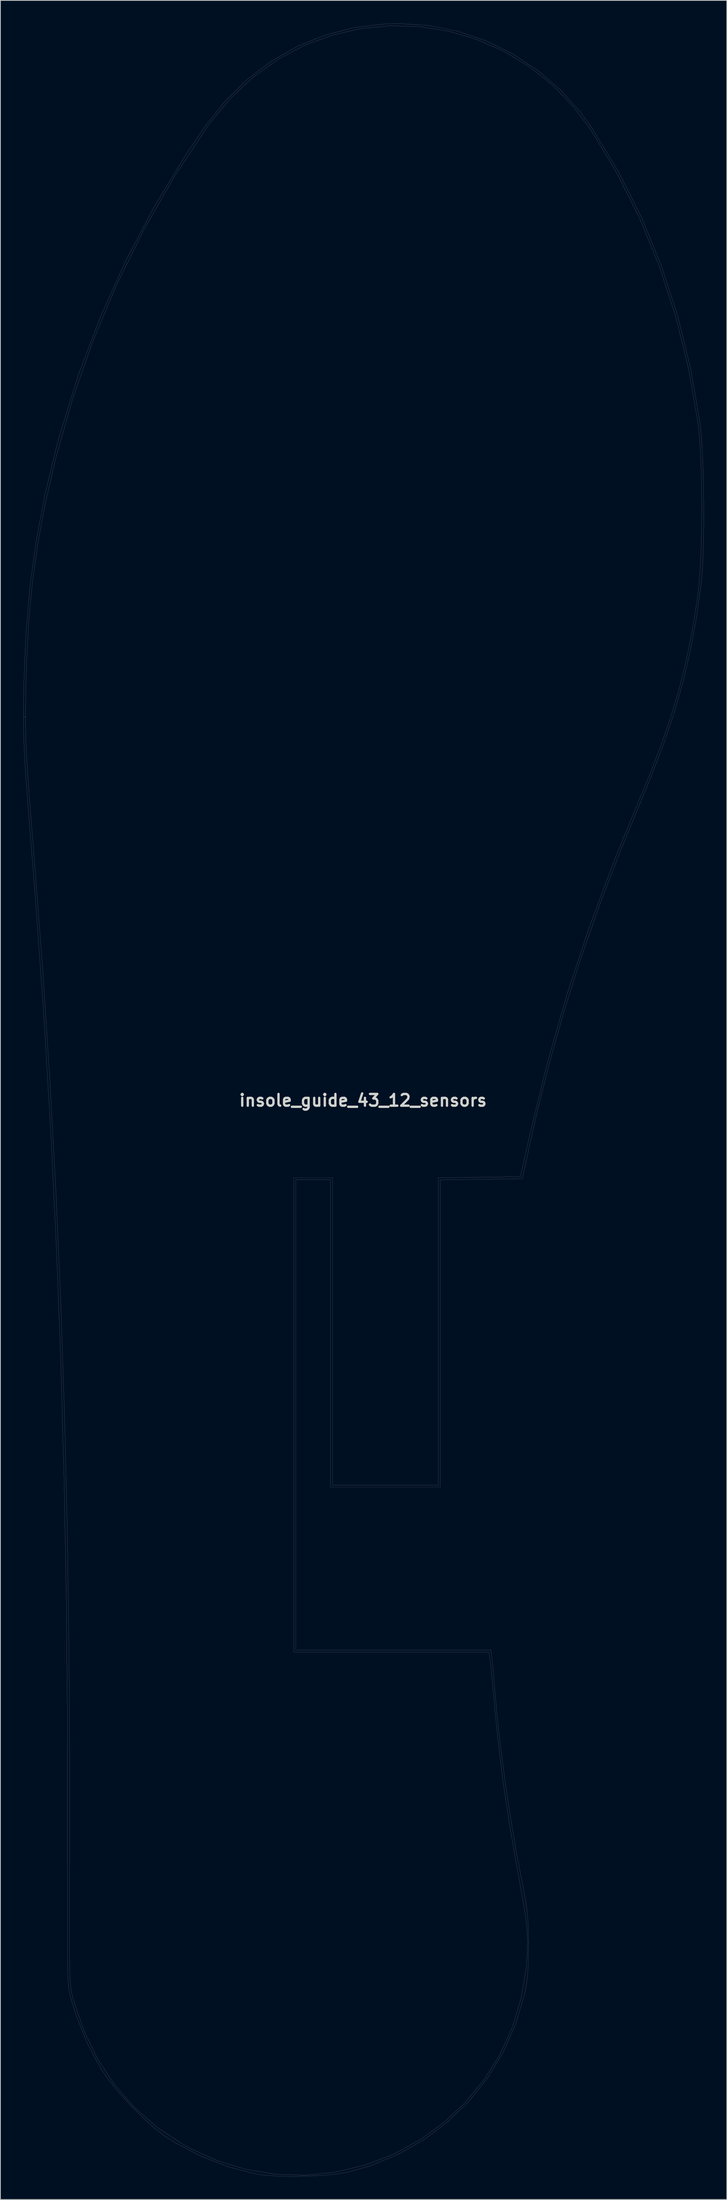
<source format=kicad_pcb>
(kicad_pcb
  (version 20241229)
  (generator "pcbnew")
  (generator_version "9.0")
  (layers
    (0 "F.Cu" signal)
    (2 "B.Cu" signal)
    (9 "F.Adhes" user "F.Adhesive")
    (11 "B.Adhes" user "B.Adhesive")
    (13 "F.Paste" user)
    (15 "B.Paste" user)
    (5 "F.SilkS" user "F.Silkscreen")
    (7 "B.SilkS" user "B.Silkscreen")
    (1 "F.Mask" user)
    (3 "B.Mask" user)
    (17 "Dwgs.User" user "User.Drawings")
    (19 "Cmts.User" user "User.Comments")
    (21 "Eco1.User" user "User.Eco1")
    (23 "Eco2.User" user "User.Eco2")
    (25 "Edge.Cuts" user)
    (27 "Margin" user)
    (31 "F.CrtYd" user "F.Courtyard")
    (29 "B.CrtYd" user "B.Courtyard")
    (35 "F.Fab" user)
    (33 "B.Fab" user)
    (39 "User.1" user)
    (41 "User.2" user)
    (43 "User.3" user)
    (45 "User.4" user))
  (footprint "insole_guide_43_12_sensors"
    (layer "F.Cu")
    (at 44.169 139.969)
    (property "Reference" "insole_guide_43_12_sensors" (at 0 0 0) (layer "Edge.Cuts") (effects (font (size 1.524 1.524) (thickness 0.3))))
    (attr through_hole)
    (fp_poly (pts (xy 8.562 -139.706) (xy 12.36 -138.946) (xy 16.011 -137.708) (xy 19.472 -136.014) (xy 22.7 -133.889) (xy 25.652 -131.355) (xy 28.283 -128.437) (xy 29.806 -126.339) (xy 33.25 -120.668) (xy 36.256 -114.705) (xy 38.819 -108.459) (xy 40.938 -101.939) (xy 42.608 -95.153) (xy 43.827 -88.11) (xy 43.828 -88.106) (xy 43.99 -86.58) (xy 44.12 -84.635) (xy 44.218 -82.378) (xy 44.283 -79.915) (xy 44.315 -77.352) (xy 44.313 -74.798) (xy 44.275 -72.357) (xy 44.203 -70.138) (xy 44.093 -68.246) (xy 43.967 -66.94) (xy 43.321 -62.455) (xy 42.537 -58.253) (xy 41.582 -54.207) (xy 40.42 -50.19) (xy 39.017 -46.076) (xy 37.337 -41.739) (xy 36.364 -39.404) (xy 33.372 -32.15) (xy 30.703 -25.192) (xy 28.325 -18.433) (xy 26.206 -11.778) (xy 24.316 -5.129) (xy 22.621 1.612) (xy 21.583 6.218) (xy 20.727 10.186) (xy 10.054 10.33) (xy 10.054 50.271) (xy -4.233 50.271) (xy -4.233 10.319) (xy -8.731 10.319) (xy -8.731 71.438) (xy 16.636 71.438) (xy 16.776 72.562) (xy 16.865 73.388) (xy 16.968 74.511) (xy 17.064 75.701) (xy 17.072 75.803) (xy 17.426 79.824) (xy 17.915 84.192) (xy 18.517 88.747) (xy 19.208 93.331) (xy 19.969 97.785) (xy 20.569 100.939) (xy 20.927 102.773) (xy 21.183 104.245) (xy 21.354 105.507) (xy 21.458 106.711) (xy 21.509 108.011) (xy 21.525 109.559) (xy 21.525 109.802) (xy 21.509 111.655) (xy 21.447 113.129) (xy 21.328 114.374) (xy 21.137 115.537) (xy 20.96 116.363) (xy 19.814 120.181) (xy 18.212 123.764) (xy 16.188 127.08) (xy 13.775 130.096) (xy 11.006 132.779) (xy 7.914 135.095) (xy 4.531 137.012) (xy 0.892 138.497) (xy -2.044 139.32) (xy -3.43 139.552) (xy -5.182 139.72) (xy -7.148 139.823) (xy -9.173 139.857) (xy -11.105 139.819) (xy -12.789 139.705) (xy -13.85 139.559) (xy -17.461 138.634) (xy -21.04 137.249) (xy -24.444 135.463) (xy -25.7 134.666) (xy -27.062 133.631) (xy -28.589 132.266) (xy -30.166 130.692) (xy -31.681 129.028) (xy -33.018 127.394) (xy -34.063 125.91) (xy -34.113 125.829) (xy -35.85 122.594) (xy -37.292 118.997) (xy -37.906 117.037) (xy -38.025 116.612) (xy -38.126 116.206) (xy -38.211 115.776) (xy -38.282 115.278) (xy -38.339 114.671) (xy -38.383 113.911) (xy -38.416 112.955) (xy -38.439 111.762) (xy -38.453 110.288) (xy -38.46 108.49) (xy -38.459 106.327) (xy -38.454 103.754) (xy -38.444 100.73) (xy -38.434 97.896) (xy -38.441 81.193) (xy -38.591 64.95) (xy -38.883 49.12) (xy -39.322 33.651) (xy -39.907 18.495) (xy -40.641 3.602) (xy -41.525 -11.077) (xy -42.562 -25.591) (xy -43.009 -31.221) (xy -43.276 -34.516) (xy -43.502 -37.347) (xy -43.689 -39.774) (xy -43.84 -41.861) (xy -43.959 -43.669) (xy -44.047 -45.261) (xy -44.109 -46.698) (xy -44.147 -48.043) (xy -44.164 -49.359) (xy -44.163 -49.847) (xy -43.901 -49.847) (xy -43.891 -48.532) (xy -43.861 -47.209) (xy -43.809 -45.816) (xy -43.731 -44.292) (xy -43.624 -42.575) (xy -43.486 -40.602) (xy -43.313 -38.312) (xy -43.102 -35.642) (xy -42.852 -32.531) (xy -42.745 -31.221) (xy -41.667 -17.018) (xy -40.737 -2.722) (xy -39.953 11.723) (xy -39.313 26.372) (xy -38.815 41.28) (xy -38.457 56.503) (xy -38.238 72.096) (xy -38.154 88.113) (xy -38.168 97.631) (xy -38.18 101.085) (xy -38.19 104.052) (xy -38.194 106.574) (xy -38.194 108.694) (xy -38.186 110.454) (xy -38.171 111.896) (xy -38.147 113.063) (xy -38.113 113.995) (xy -38.068 114.737) (xy -38.01 115.33) (xy -37.939 115.817) (xy -37.853 116.239) (xy -37.752 116.639) (xy -37.651 116.998) (xy -36.263 121.005) (xy -34.487 124.652) (xy -32.321 127.94) (xy -29.766 130.871) (xy -26.82 133.446) (xy -23.483 135.665) (xy -22.551 136.183) (xy -19.002 137.794) (xy -15.287 138.924) (xy -11.468 139.564) (xy -7.609 139.702) (xy -3.771 139.329) (xy -3.542 139.29) (xy 0.376 138.35) (xy 4.054 136.938) (xy 7.489 135.055) (xy 10.678 132.705) (xy 13.126 130.41) (xy 15.664 127.399) (xy 17.751 124.12) (xy 19.376 120.595) (xy 20.53 116.847) (xy 21.204 112.9) (xy 21.345 111.125) (xy 21.388 110.112) (xy 21.398 109.182) (xy 21.366 108.254) (xy 21.282 107.25) (xy 21.138 106.089) (xy 20.923 104.69) (xy 20.628 102.975) (xy 20.246 100.863) (xy 20.005 99.563) (xy 18.993 93.751) (xy 18.169 88.183) (xy 17.5 82.622) (xy 17.177 79.375) (xy 17.011 77.603) (xy 16.854 75.963) (xy 16.715 74.543) (xy 16.601 73.434) (xy 16.524 72.723) (xy 16.503 72.562) (xy 16.38 71.702) (xy -8.996 71.702) (xy -8.996 10.054) (xy -3.969 10.054) (xy -3.969 50.006) (xy 9.79 50.006) (xy 9.79 10.065) (xy 20.472 9.922) (xy 21.716 4.362) (xy 23.963 -4.833) (xy 26.556 -13.854) (xy 29.531 -22.807) (xy 32.924 -31.803) (xy 35.587 -38.232) (xy 37.338 -42.443) (xy 38.824 -46.322) (xy 40.077 -49.976) (xy 41.129 -53.512) (xy 42.009 -57.038) (xy 42.749 -60.661) (xy 43.381 -64.487) (xy 43.561 -65.749) (xy 43.75 -67.507) (xy 43.894 -69.68) (xy 43.994 -72.156) (xy 44.05 -74.826) (xy 44.063 -77.58) (xy 44.031 -80.306) (xy 43.955 -82.896) (xy 43.835 -85.238) (xy 43.672 -87.223) (xy 43.565 -88.106) (xy 42.334 -95.155) (xy 40.649 -101.953) (xy 38.513 -108.489) (xy 35.929 -114.755) (xy 32.9 -120.742) (xy 29.678 -126.065) (xy 27.288 -129.239) (xy 24.567 -132.023) (xy 21.556 -134.401) (xy 18.295 -136.359) (xy 14.829 -137.881) (xy 11.196 -138.951) (xy 7.441 -139.555) (xy 3.604 -139.676) (xy -0.273 -139.3) (xy -3.917 -138.479) (xy -7.575 -137.147) (xy -11.003 -135.341) (xy -14.19 -133.071) (xy -17.123 -130.346) (xy -19.79 -127.173) (xy -20.301 -126.471) (xy -24.582 -120.004) (xy -28.492 -113.189) (xy -32.009 -106.078) (xy -35.108 -98.725) (xy -37.766 -91.181) (xy -39.958 -83.5) (xy -40.04 -83.172) (xy -41.283 -77.79) (xy -42.256 -72.629) (xy -42.981 -67.526) (xy -43.479 -62.319) (xy -43.772 -56.845) (xy -43.84 -54.372) (xy -43.873 -52.705) (xy -43.894 -51.218) (xy -43.901 -49.847) (xy -44.163 -49.847) (xy -44.163 -50.706) (xy -44.146 -52.148) (xy -44.118 -53.747) (xy -44.105 -54.372) (xy -43.845 -60.762) (xy -43.321 -66.832) (xy -42.513 -72.734) (xy -41.397 -78.619) (xy -39.952 -84.638) (xy -39.382 -86.74) (xy -37 -94.368) (xy -34.143 -101.865) (xy -30.84 -109.173) (xy -27.118 -116.232) (xy -23.006 -122.983) (xy -20.545 -126.603) (xy -17.938 -129.87) (xy -15.05 -132.7) (xy -11.902 -135.084) (xy -8.518 -137.008) (xy -4.917 -138.462) (xy -1.123 -139.434) (xy 2.843 -139.912) (xy 4.662 -139.964) (xy 8.562 -139.706)) (stroke (width 0.01) (type solid)) (fill no) (layer "Edge.Cuts")))
  (gr_rect
    (start -3 -3)
    (end 91.489 282.831)
    (stroke (width 0.1) (type default))
    (fill no)
    (layer "Edge.Cuts")))
</source>
